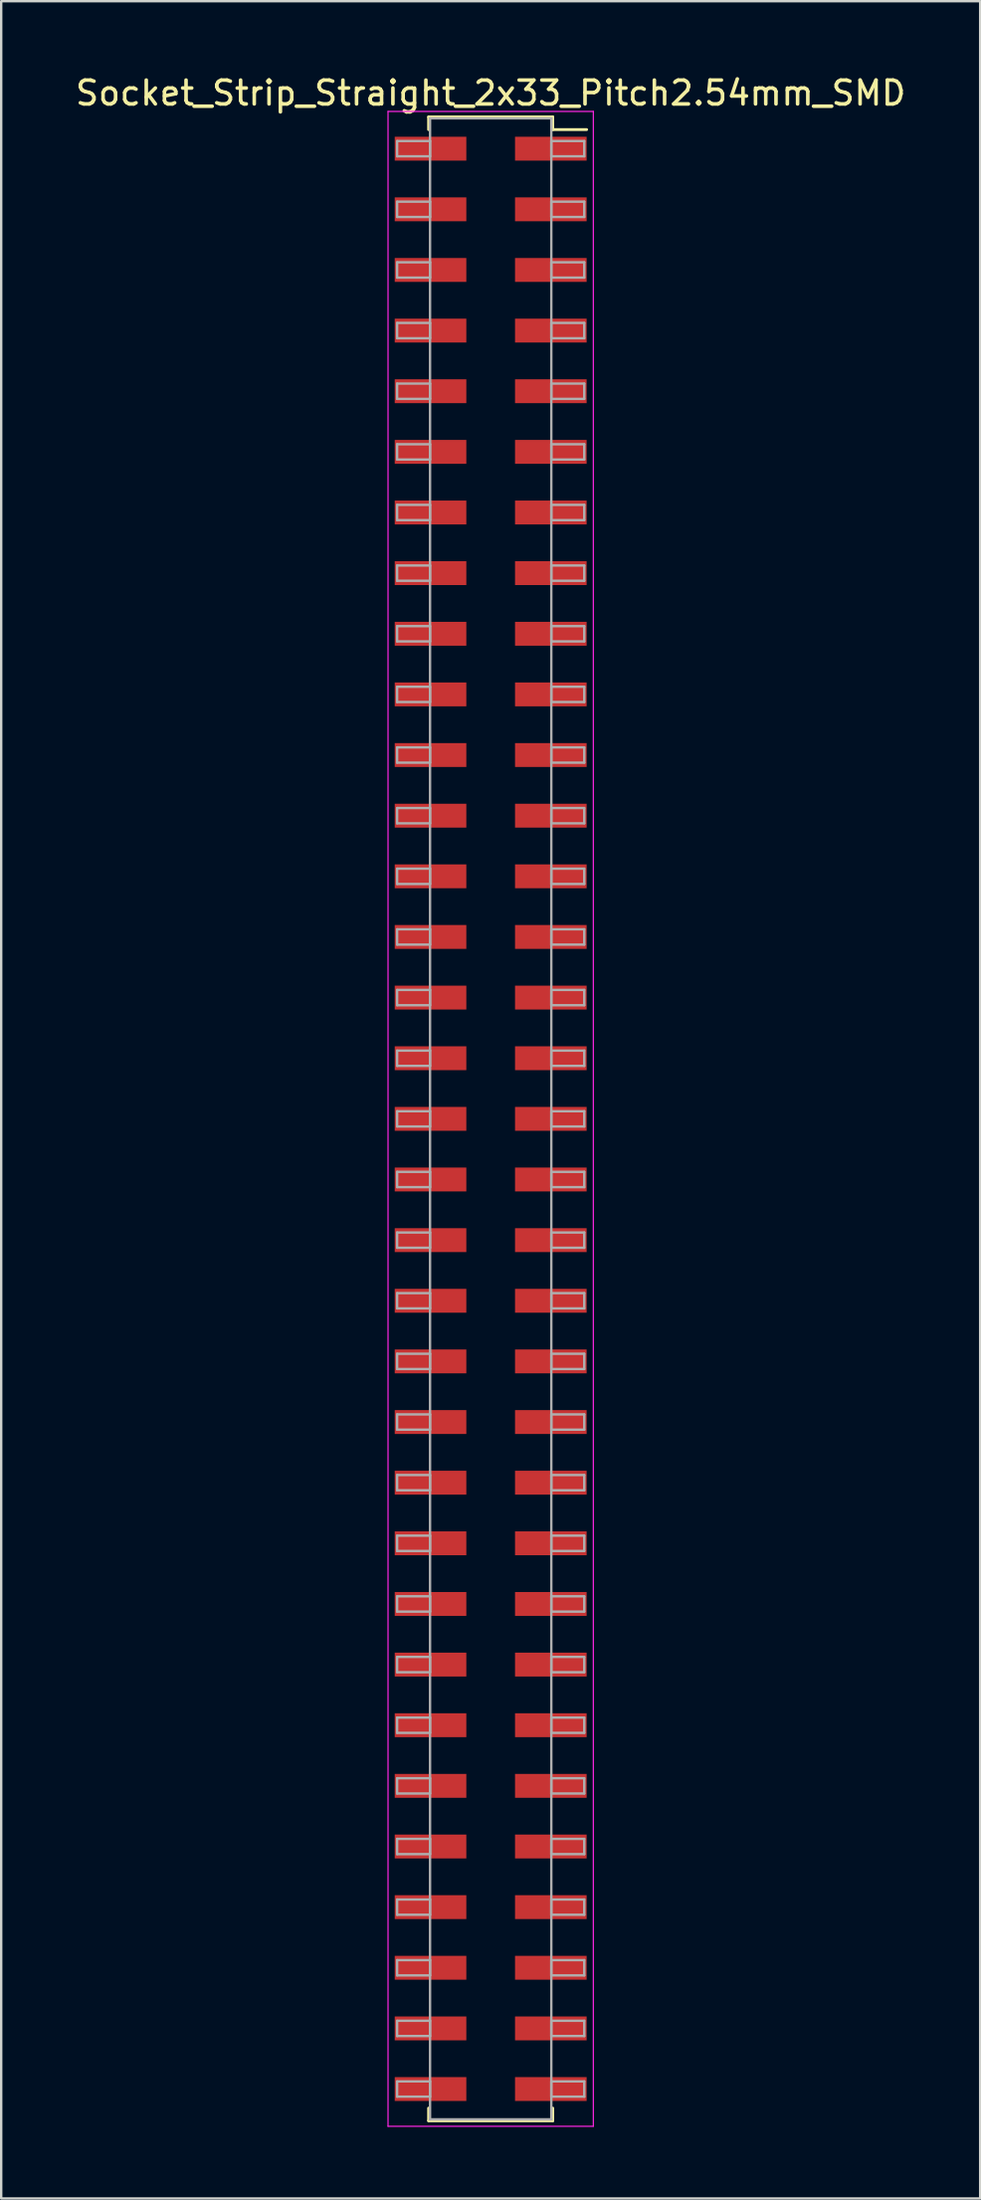
<source format=kicad_pcb>
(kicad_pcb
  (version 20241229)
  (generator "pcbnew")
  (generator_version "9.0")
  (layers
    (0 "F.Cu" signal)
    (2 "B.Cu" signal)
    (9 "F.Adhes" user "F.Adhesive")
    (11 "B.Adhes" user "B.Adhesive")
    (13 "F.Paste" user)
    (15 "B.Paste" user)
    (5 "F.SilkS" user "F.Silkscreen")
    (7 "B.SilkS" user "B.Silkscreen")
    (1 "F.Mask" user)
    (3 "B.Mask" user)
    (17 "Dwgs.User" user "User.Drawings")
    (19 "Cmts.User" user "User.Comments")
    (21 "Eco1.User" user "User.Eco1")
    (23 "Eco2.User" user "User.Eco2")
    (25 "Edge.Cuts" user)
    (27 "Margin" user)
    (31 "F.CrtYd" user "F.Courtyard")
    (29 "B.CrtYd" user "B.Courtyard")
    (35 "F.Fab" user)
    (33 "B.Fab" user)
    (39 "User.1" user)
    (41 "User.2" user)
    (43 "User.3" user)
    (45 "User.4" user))
  (footprint "Socket_Strip_Straight_2x33_Pitch2.54mm_SMD"
    (layer "F.Cu")
    (at 17.506 43.818)
    (property "Reference" "Socket_Strip_Straight_2x33_Pitch2.54mm_SMD" (at 0 -42.97 0) (layer "F.SilkS") (effects (font (size 1 1) (thickness 0.15))))
    (attr smd)
    (fp_line (start -2.6 -41.97) (end 2.6 -41.97) (stroke (width 0.12) (type solid)) (layer "F.SilkS"))
    (fp_line (start -2.6 -41.44) (end -2.6 -41.97) (stroke (width 0.12) (type solid)) (layer "F.SilkS"))
    (fp_line (start -2.6 41.44) (end -2.6 41.97) (stroke (width 0.12) (type solid)) (layer "F.SilkS"))
    (fp_line (start -2.6 41.97) (end 2.6 41.97) (stroke (width 0.12) (type solid)) (layer "F.SilkS"))
    (fp_line (start 2.6 -41.97) (end 2.6 -41.44) (stroke (width 0.12) (type solid)) (layer "F.SilkS"))
    (fp_line (start 2.6 41.97) (end 2.6 41.44) (stroke (width 0.12) (type solid)) (layer "F.SilkS"))
    (fp_line (start 4.02 -41.44) (end 2.6 -41.44) (stroke (width 0.12) (type solid)) (layer "F.SilkS"))
    (fp_line (start -4.3 -42.2) (end -4.3 42.2) (stroke (width 0.05) (type solid)) (layer "F.CrtYd"))
    (fp_line (start -4.3 42.2) (end 4.3 42.2) (stroke (width 0.05) (type solid)) (layer "F.CrtYd"))
    (fp_line (start 4.3 -42.2) (end -4.3 -42.2) (stroke (width 0.05) (type solid)) (layer "F.CrtYd"))
    (fp_line (start 4.3 42.2) (end 4.3 -42.2) (stroke (width 0.05) (type solid)) (layer "F.CrtYd"))
    (fp_line (start -3.92 -40.96) (end -2.54 -40.96) (stroke (width 0.1) (type solid)) (layer "F.Fab"))
    (fp_line (start -3.92 -40.32) (end -3.92 -40.96) (stroke (width 0.1) (type solid)) (layer "F.Fab"))
    (fp_line (start -3.92 -38.42) (end -2.54 -38.42) (stroke (width 0.1) (type solid)) (layer "F.Fab"))
    (fp_line (start -3.92 -37.78) (end -3.92 -38.42) (stroke (width 0.1) (type solid)) (layer "F.Fab"))
    (fp_line (start -3.92 -35.88) (end -2.54 -35.88) (stroke (width 0.1) (type solid)) (layer "F.Fab"))
    (fp_line (start -3.92 -35.24) (end -3.92 -35.88) (stroke (width 0.1) (type solid)) (layer "F.Fab"))
    (fp_line (start -3.92 -33.34) (end -2.54 -33.34) (stroke (width 0.1) (type solid)) (layer "F.Fab"))
    (fp_line (start -3.92 -32.7) (end -3.92 -33.34) (stroke (width 0.1) (type solid)) (layer "F.Fab"))
    (fp_line (start -3.92 -30.8) (end -2.54 -30.8) (stroke (width 0.1) (type solid)) (layer "F.Fab"))
    (fp_line (start -3.92 -30.16) (end -3.92 -30.8) (stroke (width 0.1) (type solid)) (layer "F.Fab"))
    (fp_line (start -3.92 -28.26) (end -2.54 -28.26) (stroke (width 0.1) (type solid)) (layer "F.Fab"))
    (fp_line (start -3.92 -27.62) (end -3.92 -28.26) (stroke (width 0.1) (type solid)) (layer "F.Fab"))
    (fp_line (start -3.92 -25.72) (end -2.54 -25.72) (stroke (width 0.1) (type solid)) (layer "F.Fab"))
    (fp_line (start -3.92 -25.08) (end -3.92 -25.72) (stroke (width 0.1) (type solid)) (layer "F.Fab"))
    (fp_line (start -3.92 -23.18) (end -2.54 -23.18) (stroke (width 0.1) (type solid)) (layer "F.Fab"))
    (fp_line (start -3.92 -22.54) (end -3.92 -23.18) (stroke (width 0.1) (type solid)) (layer "F.Fab"))
    (fp_line (start -3.92 -20.64) (end -2.54 -20.64) (stroke (width 0.1) (type solid)) (layer "F.Fab"))
    (fp_line (start -3.92 -20) (end -3.92 -20.64) (stroke (width 0.1) (type solid)) (layer "F.Fab"))
    (fp_line (start -3.92 -18.1) (end -2.54 -18.1) (stroke (width 0.1) (type solid)) (layer "F.Fab"))
    (fp_line (start -3.92 -17.46) (end -3.92 -18.1) (stroke (width 0.1) (type solid)) (layer "F.Fab"))
    (fp_line (start -3.92 -15.56) (end -2.54 -15.56) (stroke (width 0.1) (type solid)) (layer "F.Fab"))
    (fp_line (start -3.92 -14.92) (end -3.92 -15.56) (stroke (width 0.1) (type solid)) (layer "F.Fab"))
    (fp_line (start -3.92 -13.02) (end -2.54 -13.02) (stroke (width 0.1) (type solid)) (layer "F.Fab"))
    (fp_line (start -3.92 -12.38) (end -3.92 -13.02) (stroke (width 0.1) (type solid)) (layer "F.Fab"))
    (fp_line (start -3.92 -10.48) (end -2.54 -10.48) (stroke (width 0.1) (type solid)) (layer "F.Fab"))
    (fp_line (start -3.92 -9.84) (end -3.92 -10.48) (stroke (width 0.1) (type solid)) (layer "F.Fab"))
    (fp_line (start -3.92 -7.94) (end -2.54 -7.94) (stroke (width 0.1) (type solid)) (layer "F.Fab"))
    (fp_line (start -3.92 -7.3) (end -3.92 -7.94) (stroke (width 0.1) (type solid)) (layer "F.Fab"))
    (fp_line (start -3.92 -5.4) (end -2.54 -5.4) (stroke (width 0.1) (type solid)) (layer "F.Fab"))
    (fp_line (start -3.92 -4.76) (end -3.92 -5.4) (stroke (width 0.1) (type solid)) (layer "F.Fab"))
    (fp_line (start -3.92 -2.86) (end -2.54 -2.86) (stroke (width 0.1) (type solid)) (layer "F.Fab"))
    (fp_line (start -3.92 -2.22) (end -3.92 -2.86) (stroke (width 0.1) (type solid)) (layer "F.Fab"))
    (fp_line (start -3.92 -0.32) (end -2.54 -0.32) (stroke (width 0.1) (type solid)) (layer "F.Fab"))
    (fp_line (start -3.92 0.32) (end -3.92 -0.32) (stroke (width 0.1) (type solid)) (layer "F.Fab"))
    (fp_line (start -3.92 2.22) (end -2.54 2.22) (stroke (width 0.1) (type solid)) (layer "F.Fab"))
    (fp_line (start -3.92 2.86) (end -3.92 2.22) (stroke (width 0.1) (type solid)) (layer "F.Fab"))
    (fp_line (start -3.92 4.76) (end -2.54 4.76) (stroke (width 0.1) (type solid)) (layer "F.Fab"))
    (fp_line (start -3.92 5.4) (end -3.92 4.76) (stroke (width 0.1) (type solid)) (layer "F.Fab"))
    (fp_line (start -3.92 7.3) (end -2.54 7.3) (stroke (width 0.1) (type solid)) (layer "F.Fab"))
    (fp_line (start -3.92 7.94) (end -3.92 7.3) (stroke (width 0.1) (type solid)) (layer "F.Fab"))
    (fp_line (start -3.92 9.84) (end -2.54 9.84) (stroke (width 0.1) (type solid)) (layer "F.Fab"))
    (fp_line (start -3.92 10.48) (end -3.92 9.84) (stroke (width 0.1) (type solid)) (layer "F.Fab"))
    (fp_line (start -3.92 12.38) (end -2.54 12.38) (stroke (width 0.1) (type solid)) (layer "F.Fab"))
    (fp_line (start -3.92 13.02) (end -3.92 12.38) (stroke (width 0.1) (type solid)) (layer "F.Fab"))
    (fp_line (start -3.92 14.92) (end -2.54 14.92) (stroke (width 0.1) (type solid)) (layer "F.Fab"))
    (fp_line (start -3.92 15.56) (end -3.92 14.92) (stroke (width 0.1) (type solid)) (layer "F.Fab"))
    (fp_line (start -3.92 17.46) (end -2.54 17.46) (stroke (width 0.1) (type solid)) (layer "F.Fab"))
    (fp_line (start -3.92 18.1) (end -3.92 17.46) (stroke (width 0.1) (type solid)) (layer "F.Fab"))
    (fp_line (start -3.92 20) (end -2.54 20) (stroke (width 0.1) (type solid)) (layer "F.Fab"))
    (fp_line (start -3.92 20.64) (end -3.92 20) (stroke (width 0.1) (type solid)) (layer "F.Fab"))
    (fp_line (start -3.92 22.54) (end -2.54 22.54) (stroke (width 0.1) (type solid)) (layer "F.Fab"))
    (fp_line (start -3.92 23.18) (end -3.92 22.54) (stroke (width 0.1) (type solid)) (layer "F.Fab"))
    (fp_line (start -3.92 25.08) (end -2.54 25.08) (stroke (width 0.1) (type solid)) (layer "F.Fab"))
    (fp_line (start -3.92 25.72) (end -3.92 25.08) (stroke (width 0.1) (type solid)) (layer "F.Fab"))
    (fp_line (start -3.92 27.62) (end -2.54 27.62) (stroke (width 0.1) (type solid)) (layer "F.Fab"))
    (fp_line (start -3.92 28.26) (end -3.92 27.62) (stroke (width 0.1) (type solid)) (layer "F.Fab"))
    (fp_line (start -3.92 30.16) (end -2.54 30.16) (stroke (width 0.1) (type solid)) (layer "F.Fab"))
    (fp_line (start -3.92 30.8) (end -3.92 30.16) (stroke (width 0.1) (type solid)) (layer "F.Fab"))
    (fp_line (start -3.92 32.7) (end -2.54 32.7) (stroke (width 0.1) (type solid)) (layer "F.Fab"))
    (fp_line (start -3.92 33.34) (end -3.92 32.7) (stroke (width 0.1) (type solid)) (layer "F.Fab"))
    (fp_line (start -3.92 35.24) (end -2.54 35.24) (stroke (width 0.1) (type solid)) (layer "F.Fab"))
    (fp_line (start -3.92 35.88) (end -3.92 35.24) (stroke (width 0.1) (type solid)) (layer "F.Fab"))
    (fp_line (start -3.92 37.78) (end -2.54 37.78) (stroke (width 0.1) (type solid)) (layer "F.Fab"))
    (fp_line (start -3.92 38.42) (end -3.92 37.78) (stroke (width 0.1) (type solid)) (layer "F.Fab"))
    (fp_line (start -3.92 40.32) (end -2.54 40.32) (stroke (width 0.1) (type solid)) (layer "F.Fab"))
    (fp_line (start -3.92 40.96) (end -3.92 40.32) (stroke (width 0.1) (type solid)) (layer "F.Fab"))
    (fp_line (start -2.54 -41.91) (end -2.54 41.91) (stroke (width 0.1) (type solid)) (layer "F.Fab"))
    (fp_line (start -2.54 -40.96) (end -2.54 -40.32) (stroke (width 0.1) (type solid)) (layer "F.Fab"))
    (fp_line (start -2.54 -40.32) (end -3.92 -40.32) (stroke (width 0.1) (type solid)) (layer "F.Fab"))
    (fp_line (start -2.54 -38.42) (end -2.54 -37.78) (stroke (width 0.1) (type solid)) (layer "F.Fab"))
    (fp_line (start -2.54 -37.78) (end -3.92 -37.78) (stroke (width 0.1) (type solid)) (layer "F.Fab"))
    (fp_line (start -2.54 -35.88) (end -2.54 -35.24) (stroke (width 0.1) (type solid)) (layer "F.Fab"))
    (fp_line (start -2.54 -35.24) (end -3.92 -35.24) (stroke (width 0.1) (type solid)) (layer "F.Fab"))
    (fp_line (start -2.54 -33.34) (end -2.54 -32.7) (stroke (width 0.1) (type solid)) (layer "F.Fab"))
    (fp_line (start -2.54 -32.7) (end -3.92 -32.7) (stroke (width 0.1) (type solid)) (layer "F.Fab"))
    (fp_line (start -2.54 -30.8) (end -2.54 -30.16) (stroke (width 0.1) (type solid)) (layer "F.Fab"))
    (fp_line (start -2.54 -30.16) (end -3.92 -30.16) (stroke (width 0.1) (type solid)) (layer "F.Fab"))
    (fp_line (start -2.54 -28.26) (end -2.54 -27.62) (stroke (width 0.1) (type solid)) (layer "F.Fab"))
    (fp_line (start -2.54 -27.62) (end -3.92 -27.62) (stroke (width 0.1) (type solid)) (layer "F.Fab"))
    (fp_line (start -2.54 -25.72) (end -2.54 -25.08) (stroke (width 0.1) (type solid)) (layer "F.Fab"))
    (fp_line (start -2.54 -25.08) (end -3.92 -25.08) (stroke (width 0.1) (type solid)) (layer "F.Fab"))
    (fp_line (start -2.54 -23.18) (end -2.54 -22.54) (stroke (width 0.1) (type solid)) (layer "F.Fab"))
    (fp_line (start -2.54 -22.54) (end -3.92 -22.54) (stroke (width 0.1) (type solid)) (layer "F.Fab"))
    (fp_line (start -2.54 -20.64) (end -2.54 -20) (stroke (width 0.1) (type solid)) (layer "F.Fab"))
    (fp_line (start -2.54 -20) (end -3.92 -20) (stroke (width 0.1) (type solid)) (layer "F.Fab"))
    (fp_line (start -2.54 -18.1) (end -2.54 -17.46) (stroke (width 0.1) (type solid)) (layer "F.Fab"))
    (fp_line (start -2.54 -17.46) (end -3.92 -17.46) (stroke (width 0.1) (type solid)) (layer "F.Fab"))
    (fp_line (start -2.54 -15.56) (end -2.54 -14.92) (stroke (width 0.1) (type solid)) (layer "F.Fab"))
    (fp_line (start -2.54 -14.92) (end -3.92 -14.92) (stroke (width 0.1) (type solid)) (layer "F.Fab"))
    (fp_line (start -2.54 -13.02) (end -2.54 -12.38) (stroke (width 0.1) (type solid)) (layer "F.Fab"))
    (fp_line (start -2.54 -12.38) (end -3.92 -12.38) (stroke (width 0.1) (type solid)) (layer "F.Fab"))
    (fp_line (start -2.54 -10.48) (end -2.54 -9.84) (stroke (width 0.1) (type solid)) (layer "F.Fab"))
    (fp_line (start -2.54 -9.84) (end -3.92 -9.84) (stroke (width 0.1) (type solid)) (layer "F.Fab"))
    (fp_line (start -2.54 -7.94) (end -2.54 -7.3) (stroke (width 0.1) (type solid)) (layer "F.Fab"))
    (fp_line (start -2.54 -7.3) (end -3.92 -7.3) (stroke (width 0.1) (type solid)) (layer "F.Fab"))
    (fp_line (start -2.54 -5.4) (end -2.54 -4.76) (stroke (width 0.1) (type solid)) (layer "F.Fab"))
    (fp_line (start -2.54 -4.76) (end -3.92 -4.76) (stroke (width 0.1) (type solid)) (layer "F.Fab"))
    (fp_line (start -2.54 -2.86) (end -2.54 -2.22) (stroke (width 0.1) (type solid)) (layer "F.Fab"))
    (fp_line (start -2.54 -2.22) (end -3.92 -2.22) (stroke (width 0.1) (type solid)) (layer "F.Fab"))
    (fp_line (start -2.54 -0.32) (end -2.54 0.32) (stroke (width 0.1) (type solid)) (layer "F.Fab"))
    (fp_line (start -2.54 0.32) (end -3.92 0.32) (stroke (width 0.1) (type solid)) (layer "F.Fab"))
    (fp_line (start -2.54 2.22) (end -2.54 2.86) (stroke (width 0.1) (type solid)) (layer "F.Fab"))
    (fp_line (start -2.54 2.86) (end -3.92 2.86) (stroke (width 0.1) (type solid)) (layer "F.Fab"))
    (fp_line (start -2.54 4.76) (end -2.54 5.4) (stroke (width 0.1) (type solid)) (layer "F.Fab"))
    (fp_line (start -2.54 5.4) (end -3.92 5.4) (stroke (width 0.1) (type solid)) (layer "F.Fab"))
    (fp_line (start -2.54 7.3) (end -2.54 7.94) (stroke (width 0.1) (type solid)) (layer "F.Fab"))
    (fp_line (start -2.54 7.94) (end -3.92 7.94) (stroke (width 0.1) (type solid)) (layer "F.Fab"))
    (fp_line (start -2.54 9.84) (end -2.54 10.48) (stroke (width 0.1) (type solid)) (layer "F.Fab"))
    (fp_line (start -2.54 10.48) (end -3.92 10.48) (stroke (width 0.1) (type solid)) (layer "F.Fab"))
    (fp_line (start -2.54 12.38) (end -2.54 13.02) (stroke (width 0.1) (type solid)) (layer "F.Fab"))
    (fp_line (start -2.54 13.02) (end -3.92 13.02) (stroke (width 0.1) (type solid)) (layer "F.Fab"))
    (fp_line (start -2.54 14.92) (end -2.54 15.56) (stroke (width 0.1) (type solid)) (layer "F.Fab"))
    (fp_line (start -2.54 15.56) (end -3.92 15.56) (stroke (width 0.1) (type solid)) (layer "F.Fab"))
    (fp_line (start -2.54 17.46) (end -2.54 18.1) (stroke (width 0.1) (type solid)) (layer "F.Fab"))
    (fp_line (start -2.54 18.1) (end -3.92 18.1) (stroke (width 0.1) (type solid)) (layer "F.Fab"))
    (fp_line (start -2.54 20) (end -2.54 20.64) (stroke (width 0.1) (type solid)) (layer "F.Fab"))
    (fp_line (start -2.54 20.64) (end -3.92 20.64) (stroke (width 0.1) (type solid)) (layer "F.Fab"))
    (fp_line (start -2.54 22.54) (end -2.54 23.18) (stroke (width 0.1) (type solid)) (layer "F.Fab"))
    (fp_line (start -2.54 23.18) (end -3.92 23.18) (stroke (width 0.1) (type solid)) (layer "F.Fab"))
    (fp_line (start -2.54 25.08) (end -2.54 25.72) (stroke (width 0.1) (type solid)) (layer "F.Fab"))
    (fp_line (start -2.54 25.72) (end -3.92 25.72) (stroke (width 0.1) (type solid)) (layer "F.Fab"))
    (fp_line (start -2.54 27.62) (end -2.54 28.26) (stroke (width 0.1) (type solid)) (layer "F.Fab"))
    (fp_line (start -2.54 28.26) (end -3.92 28.26) (stroke (width 0.1) (type solid)) (layer "F.Fab"))
    (fp_line (start -2.54 30.16) (end -2.54 30.8) (stroke (width 0.1) (type solid)) (layer "F.Fab"))
    (fp_line (start -2.54 30.8) (end -3.92 30.8) (stroke (width 0.1) (type solid)) (layer "F.Fab"))
    (fp_line (start -2.54 32.7) (end -2.54 33.34) (stroke (width 0.1) (type solid)) (layer "F.Fab"))
    (fp_line (start -2.54 33.34) (end -3.92 33.34) (stroke (width 0.1) (type solid)) (layer "F.Fab"))
    (fp_line (start -2.54 35.24) (end -2.54 35.88) (stroke (width 0.1) (type solid)) (layer "F.Fab"))
    (fp_line (start -2.54 35.88) (end -3.92 35.88) (stroke (width 0.1) (type solid)) (layer "F.Fab"))
    (fp_line (start -2.54 37.78) (end -2.54 38.42) (stroke (width 0.1) (type solid)) (layer "F.Fab"))
    (fp_line (start -2.54 38.42) (end -3.92 38.42) (stroke (width 0.1) (type solid)) (layer "F.Fab"))
    (fp_line (start -2.54 40.32) (end -2.54 40.96) (stroke (width 0.1) (type solid)) (layer "F.Fab"))
    (fp_line (start -2.54 40.96) (end -3.92 40.96) (stroke (width 0.1) (type solid)) (layer "F.Fab"))
    (fp_line (start -2.54 41.91) (end 2.54 41.91) (stroke (width 0.1) (type solid)) (layer "F.Fab"))
    (fp_line (start 2.54 -41.91) (end -2.54 -41.91) (stroke (width 0.1) (type solid)) (layer "F.Fab"))
    (fp_line (start 2.54 -40.96) (end 2.54 -40.32) (stroke (width 0.1) (type solid)) (layer "F.Fab"))
    (fp_line (start 2.54 -40.32) (end 3.92 -40.32) (stroke (width 0.1) (type solid)) (layer "F.Fab"))
    (fp_line (start 2.54 -38.42) (end 2.54 -37.78) (stroke (width 0.1) (type solid)) (layer "F.Fab"))
    (fp_line (start 2.54 -37.78) (end 3.92 -37.78) (stroke (width 0.1) (type solid)) (layer "F.Fab"))
    (fp_line (start 2.54 -35.88) (end 2.54 -35.24) (stroke (width 0.1) (type solid)) (layer "F.Fab"))
    (fp_line (start 2.54 -35.24) (end 3.92 -35.24) (stroke (width 0.1) (type solid)) (layer "F.Fab"))
    (fp_line (start 2.54 -33.34) (end 2.54 -32.7) (stroke (width 0.1) (type solid)) (layer "F.Fab"))
    (fp_line (start 2.54 -32.7) (end 3.92 -32.7) (stroke (width 0.1) (type solid)) (layer "F.Fab"))
    (fp_line (start 2.54 -30.8) (end 2.54 -30.16) (stroke (width 0.1) (type solid)) (layer "F.Fab"))
    (fp_line (start 2.54 -30.16) (end 3.92 -30.16) (stroke (width 0.1) (type solid)) (layer "F.Fab"))
    (fp_line (start 2.54 -28.26) (end 2.54 -27.62) (stroke (width 0.1) (type solid)) (layer "F.Fab"))
    (fp_line (start 2.54 -27.62) (end 3.92 -27.62) (stroke (width 0.1) (type solid)) (layer "F.Fab"))
    (fp_line (start 2.54 -25.72) (end 2.54 -25.08) (stroke (width 0.1) (type solid)) (layer "F.Fab"))
    (fp_line (start 2.54 -25.08) (end 3.92 -25.08) (stroke (width 0.1) (type solid)) (layer "F.Fab"))
    (fp_line (start 2.54 -23.18) (end 2.54 -22.54) (stroke (width 0.1) (type solid)) (layer "F.Fab"))
    (fp_line (start 2.54 -22.54) (end 3.92 -22.54) (stroke (width 0.1) (type solid)) (layer "F.Fab"))
    (fp_line (start 2.54 -20.64) (end 2.54 -20) (stroke (width 0.1) (type solid)) (layer "F.Fab"))
    (fp_line (start 2.54 -20) (end 3.92 -20) (stroke (width 0.1) (type solid)) (layer "F.Fab"))
    (fp_line (start 2.54 -18.1) (end 2.54 -17.46) (stroke (width 0.1) (type solid)) (layer "F.Fab"))
    (fp_line (start 2.54 -17.46) (end 3.92 -17.46) (stroke (width 0.1) (type solid)) (layer "F.Fab"))
    (fp_line (start 2.54 -15.56) (end 2.54 -14.92) (stroke (width 0.1) (type solid)) (layer "F.Fab"))
    (fp_line (start 2.54 -14.92) (end 3.92 -14.92) (stroke (width 0.1) (type solid)) (layer "F.Fab"))
    (fp_line (start 2.54 -13.02) (end 2.54 -12.38) (stroke (width 0.1) (type solid)) (layer "F.Fab"))
    (fp_line (start 2.54 -12.38) (end 3.92 -12.38) (stroke (width 0.1) (type solid)) (layer "F.Fab"))
    (fp_line (start 2.54 -10.48) (end 2.54 -9.84) (stroke (width 0.1) (type solid)) (layer "F.Fab"))
    (fp_line (start 2.54 -9.84) (end 3.92 -9.84) (stroke (width 0.1) (type solid)) (layer "F.Fab"))
    (fp_line (start 2.54 -7.94) (end 2.54 -7.3) (stroke (width 0.1) (type solid)) (layer "F.Fab"))
    (fp_line (start 2.54 -7.3) (end 3.92 -7.3) (stroke (width 0.1) (type solid)) (layer "F.Fab"))
    (fp_line (start 2.54 -5.4) (end 2.54 -4.76) (stroke (width 0.1) (type solid)) (layer "F.Fab"))
    (fp_line (start 2.54 -4.76) (end 3.92 -4.76) (stroke (width 0.1) (type solid)) (layer "F.Fab"))
    (fp_line (start 2.54 -2.86) (end 2.54 -2.22) (stroke (width 0.1) (type solid)) (layer "F.Fab"))
    (fp_line (start 2.54 -2.22) (end 3.92 -2.22) (stroke (width 0.1) (type solid)) (layer "F.Fab"))
    (fp_line (start 2.54 -0.32) (end 2.54 0.32) (stroke (width 0.1) (type solid)) (layer "F.Fab"))
    (fp_line (start 2.54 0.32) (end 3.92 0.32) (stroke (width 0.1) (type solid)) (layer "F.Fab"))
    (fp_line (start 2.54 2.22) (end 2.54 2.86) (stroke (width 0.1) (type solid)) (layer "F.Fab"))
    (fp_line (start 2.54 2.86) (end 3.92 2.86) (stroke (width 0.1) (type solid)) (layer "F.Fab"))
    (fp_line (start 2.54 4.76) (end 2.54 5.4) (stroke (width 0.1) (type solid)) (layer "F.Fab"))
    (fp_line (start 2.54 5.4) (end 3.92 5.4) (stroke (width 0.1) (type solid)) (layer "F.Fab"))
    (fp_line (start 2.54 7.3) (end 2.54 7.94) (stroke (width 0.1) (type solid)) (layer "F.Fab"))
    (fp_line (start 2.54 7.94) (end 3.92 7.94) (stroke (width 0.1) (type solid)) (layer "F.Fab"))
    (fp_line (start 2.54 9.84) (end 2.54 10.48) (stroke (width 0.1) (type solid)) (layer "F.Fab"))
    (fp_line (start 2.54 10.48) (end 3.92 10.48) (stroke (width 0.1) (type solid)) (layer "F.Fab"))
    (fp_line (start 2.54 12.38) (end 2.54 13.02) (stroke (width 0.1) (type solid)) (layer "F.Fab"))
    (fp_line (start 2.54 13.02) (end 3.92 13.02) (stroke (width 0.1) (type solid)) (layer "F.Fab"))
    (fp_line (start 2.54 14.92) (end 2.54 15.56) (stroke (width 0.1) (type solid)) (layer "F.Fab"))
    (fp_line (start 2.54 15.56) (end 3.92 15.56) (stroke (width 0.1) (type solid)) (layer "F.Fab"))
    (fp_line (start 2.54 17.46) (end 2.54 18.1) (stroke (width 0.1) (type solid)) (layer "F.Fab"))
    (fp_line (start 2.54 18.1) (end 3.92 18.1) (stroke (width 0.1) (type solid)) (layer "F.Fab"))
    (fp_line (start 2.54 20) (end 2.54 20.64) (stroke (width 0.1) (type solid)) (layer "F.Fab"))
    (fp_line (start 2.54 20.64) (end 3.92 20.64) (stroke (width 0.1) (type solid)) (layer "F.Fab"))
    (fp_line (start 2.54 22.54) (end 2.54 23.18) (stroke (width 0.1) (type solid)) (layer "F.Fab"))
    (fp_line (start 2.54 23.18) (end 3.92 23.18) (stroke (width 0.1) (type solid)) (layer "F.Fab"))
    (fp_line (start 2.54 25.08) (end 2.54 25.72) (stroke (width 0.1) (type solid)) (layer "F.Fab"))
    (fp_line (start 2.54 25.72) (end 3.92 25.72) (stroke (width 0.1) (type solid)) (layer "F.Fab"))
    (fp_line (start 2.54 27.62) (end 2.54 28.26) (stroke (width 0.1) (type solid)) (layer "F.Fab"))
    (fp_line (start 2.54 28.26) (end 3.92 28.26) (stroke (width 0.1) (type solid)) (layer "F.Fab"))
    (fp_line (start 2.54 30.16) (end 2.54 30.8) (stroke (width 0.1) (type solid)) (layer "F.Fab"))
    (fp_line (start 2.54 30.8) (end 3.92 30.8) (stroke (width 0.1) (type solid)) (layer "F.Fab"))
    (fp_line (start 2.54 32.7) (end 2.54 33.34) (stroke (width 0.1) (type solid)) (layer "F.Fab"))
    (fp_line (start 2.54 33.34) (end 3.92 33.34) (stroke (width 0.1) (type solid)) (layer "F.Fab"))
    (fp_line (start 2.54 35.24) (end 2.54 35.88) (stroke (width 0.1) (type solid)) (layer "F.Fab"))
    (fp_line (start 2.54 35.88) (end 3.92 35.88) (stroke (width 0.1) (type solid)) (layer "F.Fab"))
    (fp_line (start 2.54 37.78) (end 2.54 38.42) (stroke (width 0.1) (type solid)) (layer "F.Fab"))
    (fp_line (start 2.54 38.42) (end 3.92 38.42) (stroke (width 0.1) (type solid)) (layer "F.Fab"))
    (fp_line (start 2.54 40.32) (end 2.54 40.96) (stroke (width 0.1) (type solid)) (layer "F.Fab"))
    (fp_line (start 2.54 40.96) (end 3.92 40.96) (stroke (width 0.1) (type solid)) (layer "F.Fab"))
    (fp_line (start 2.54 41.91) (end 2.54 -41.91) (stroke (width 0.1) (type solid)) (layer "F.Fab"))
    (fp_line (start 3.92 -40.96) (end 2.54 -40.96) (stroke (width 0.1) (type solid)) (layer "F.Fab"))
    (fp_line (start 3.92 -40.32) (end 3.92 -40.96) (stroke (width 0.1) (type solid)) (layer "F.Fab"))
    (fp_line (start 3.92 -38.42) (end 2.54 -38.42) (stroke (width 0.1) (type solid)) (layer "F.Fab"))
    (fp_line (start 3.92 -37.78) (end 3.92 -38.42) (stroke (width 0.1) (type solid)) (layer "F.Fab"))
    (fp_line (start 3.92 -35.88) (end 2.54 -35.88) (stroke (width 0.1) (type solid)) (layer "F.Fab"))
    (fp_line (start 3.92 -35.24) (end 3.92 -35.88) (stroke (width 0.1) (type solid)) (layer "F.Fab"))
    (fp_line (start 3.92 -33.34) (end 2.54 -33.34) (stroke (width 0.1) (type solid)) (layer "F.Fab"))
    (fp_line (start 3.92 -32.7) (end 3.92 -33.34) (stroke (width 0.1) (type solid)) (layer "F.Fab"))
    (fp_line (start 3.92 -30.8) (end 2.54 -30.8) (stroke (width 0.1) (type solid)) (layer "F.Fab"))
    (fp_line (start 3.92 -30.16) (end 3.92 -30.8) (stroke (width 0.1) (type solid)) (layer "F.Fab"))
    (fp_line (start 3.92 -28.26) (end 2.54 -28.26) (stroke (width 0.1) (type solid)) (layer "F.Fab"))
    (fp_line (start 3.92 -27.62) (end 3.92 -28.26) (stroke (width 0.1) (type solid)) (layer "F.Fab"))
    (fp_line (start 3.92 -25.72) (end 2.54 -25.72) (stroke (width 0.1) (type solid)) (layer "F.Fab"))
    (fp_line (start 3.92 -25.08) (end 3.92 -25.72) (stroke (width 0.1) (type solid)) (layer "F.Fab"))
    (fp_line (start 3.92 -23.18) (end 2.54 -23.18) (stroke (width 0.1) (type solid)) (layer "F.Fab"))
    (fp_line (start 3.92 -22.54) (end 3.92 -23.18) (stroke (width 0.1) (type solid)) (layer "F.Fab"))
    (fp_line (start 3.92 -20.64) (end 2.54 -20.64) (stroke (width 0.1) (type solid)) (layer "F.Fab"))
    (fp_line (start 3.92 -20) (end 3.92 -20.64) (stroke (width 0.1) (type solid)) (layer "F.Fab"))
    (fp_line (start 3.92 -18.1) (end 2.54 -18.1) (stroke (width 0.1) (type solid)) (layer "F.Fab"))
    (fp_line (start 3.92 -17.46) (end 3.92 -18.1) (stroke (width 0.1) (type solid)) (layer "F.Fab"))
    (fp_line (start 3.92 -15.56) (end 2.54 -15.56) (stroke (width 0.1) (type solid)) (layer "F.Fab"))
    (fp_line (start 3.92 -14.92) (end 3.92 -15.56) (stroke (width 0.1) (type solid)) (layer "F.Fab"))
    (fp_line (start 3.92 -13.02) (end 2.54 -13.02) (stroke (width 0.1) (type solid)) (layer "F.Fab"))
    (fp_line (start 3.92 -12.38) (end 3.92 -13.02) (stroke (width 0.1) (type solid)) (layer "F.Fab"))
    (fp_line (start 3.92 -10.48) (end 2.54 -10.48) (stroke (width 0.1) (type solid)) (layer "F.Fab"))
    (fp_line (start 3.92 -9.84) (end 3.92 -10.48) (stroke (width 0.1) (type solid)) (layer "F.Fab"))
    (fp_line (start 3.92 -7.94) (end 2.54 -7.94) (stroke (width 0.1) (type solid)) (layer "F.Fab"))
    (fp_line (start 3.92 -7.3) (end 3.92 -7.94) (stroke (width 0.1) (type solid)) (layer "F.Fab"))
    (fp_line (start 3.92 -5.4) (end 2.54 -5.4) (stroke (width 0.1) (type solid)) (layer "F.Fab"))
    (fp_line (start 3.92 -4.76) (end 3.92 -5.4) (stroke (width 0.1) (type solid)) (layer "F.Fab"))
    (fp_line (start 3.92 -2.86) (end 2.54 -2.86) (stroke (width 0.1) (type solid)) (layer "F.Fab"))
    (fp_line (start 3.92 -2.22) (end 3.92 -2.86) (stroke (width 0.1) (type solid)) (layer "F.Fab"))
    (fp_line (start 3.92 -0.32) (end 2.54 -0.32) (stroke (width 0.1) (type solid)) (layer "F.Fab"))
    (fp_line (start 3.92 0.32) (end 3.92 -0.32) (stroke (width 0.1) (type solid)) (layer "F.Fab"))
    (fp_line (start 3.92 2.22) (end 2.54 2.22) (stroke (width 0.1) (type solid)) (layer "F.Fab"))
    (fp_line (start 3.92 2.86) (end 3.92 2.22) (stroke (width 0.1) (type solid)) (layer "F.Fab"))
    (fp_line (start 3.92 4.76) (end 2.54 4.76) (stroke (width 0.1) (type solid)) (layer "F.Fab"))
    (fp_line (start 3.92 5.4) (end 3.92 4.76) (stroke (width 0.1) (type solid)) (layer "F.Fab"))
    (fp_line (start 3.92 7.3) (end 2.54 7.3) (stroke (width 0.1) (type solid)) (layer "F.Fab"))
    (fp_line (start 3.92 7.94) (end 3.92 7.3) (stroke (width 0.1) (type solid)) (layer "F.Fab"))
    (fp_line (start 3.92 9.84) (end 2.54 9.84) (stroke (width 0.1) (type solid)) (layer "F.Fab"))
    (fp_line (start 3.92 10.48) (end 3.92 9.84) (stroke (width 0.1) (type solid)) (layer "F.Fab"))
    (fp_line (start 3.92 12.38) (end 2.54 12.38) (stroke (width 0.1) (type solid)) (layer "F.Fab"))
    (fp_line (start 3.92 13.02) (end 3.92 12.38) (stroke (width 0.1) (type solid)) (layer "F.Fab"))
    (fp_line (start 3.92 14.92) (end 2.54 14.92) (stroke (width 0.1) (type solid)) (layer "F.Fab"))
    (fp_line (start 3.92 15.56) (end 3.92 14.92) (stroke (width 0.1) (type solid)) (layer "F.Fab"))
    (fp_line (start 3.92 17.46) (end 2.54 17.46) (stroke (width 0.1) (type solid)) (layer "F.Fab"))
    (fp_line (start 3.92 18.1) (end 3.92 17.46) (stroke (width 0.1) (type solid)) (layer "F.Fab"))
    (fp_line (start 3.92 20) (end 2.54 20) (stroke (width 0.1) (type solid)) (layer "F.Fab"))
    (fp_line (start 3.92 20.64) (end 3.92 20) (stroke (width 0.1) (type solid)) (layer "F.Fab"))
    (fp_line (start 3.92 22.54) (end 2.54 22.54) (stroke (width 0.1) (type solid)) (layer "F.Fab"))
    (fp_line (start 3.92 23.18) (end 3.92 22.54) (stroke (width 0.1) (type solid)) (layer "F.Fab"))
    (fp_line (start 3.92 25.08) (end 2.54 25.08) (stroke (width 0.1) (type solid)) (layer "F.Fab"))
    (fp_line (start 3.92 25.72) (end 3.92 25.08) (stroke (width 0.1) (type solid)) (layer "F.Fab"))
    (fp_line (start 3.92 27.62) (end 2.54 27.62) (stroke (width 0.1) (type solid)) (layer "F.Fab"))
    (fp_line (start 3.92 28.26) (end 3.92 27.62) (stroke (width 0.1) (type solid)) (layer "F.Fab"))
    (fp_line (start 3.92 30.16) (end 2.54 30.16) (stroke (width 0.1) (type solid)) (layer "F.Fab"))
    (fp_line (start 3.92 30.8) (end 3.92 30.16) (stroke (width 0.1) (type solid)) (layer "F.Fab"))
    (fp_line (start 3.92 32.7) (end 2.54 32.7) (stroke (width 0.1) (type solid)) (layer "F.Fab"))
    (fp_line (start 3.92 33.34) (end 3.92 32.7) (stroke (width 0.1) (type solid)) (layer "F.Fab"))
    (fp_line (start 3.92 35.24) (end 2.54 35.24) (stroke (width 0.1) (type solid)) (layer "F.Fab"))
    (fp_line (start 3.92 35.88) (end 3.92 35.24) (stroke (width 0.1) (type solid)) (layer "F.Fab"))
    (fp_line (start 3.92 37.78) (end 2.54 37.78) (stroke (width 0.1) (type solid)) (layer "F.Fab"))
    (fp_line (start 3.92 38.42) (end 3.92 37.78) (stroke (width 0.1) (type solid)) (layer "F.Fab"))
    (fp_line (start 3.92 40.32) (end 2.54 40.32) (stroke (width 0.1) (type solid)) (layer "F.Fab"))
    (fp_line (start 3.92 40.96) (end 3.92 40.32) (stroke (width 0.1) (type solid)) (layer "F.Fab"))
    (pad "1" smd rect (at 2.52 -40.64) (size 3 1) (layers "F.Cu" "F.Mask"))
    (pad "2" smd rect (at -2.52 -40.64) (size 3 1) (layers "F.Cu" "F.Mask"))
    (pad "3" smd rect (at 2.52 -38.1) (size 3 1) (layers "F.Cu" "F.Mask"))
    (pad "4" smd rect (at -2.52 -38.1) (size 3 1) (layers "F.Cu" "F.Mask"))
    (pad "5" smd rect (at 2.52 -35.56) (size 3 1) (layers "F.Cu" "F.Mask"))
    (pad "6" smd rect (at -2.52 -35.56) (size 3 1) (layers "F.Cu" "F.Mask"))
    (pad "7" smd rect (at 2.52 -33.02) (size 3 1) (layers "F.Cu" "F.Mask"))
    (pad "8" smd rect (at -2.52 -33.02) (size 3 1) (layers "F.Cu" "F.Mask"))
    (pad "9" smd rect (at 2.52 -30.48) (size 3 1) (layers "F.Cu" "F.Mask"))
    (pad "10" smd rect (at -2.52 -30.48) (size 3 1) (layers "F.Cu" "F.Mask"))
    (pad "11" smd rect (at 2.52 -27.94) (size 3 1) (layers "F.Cu" "F.Mask"))
    (pad "12" smd rect (at -2.52 -27.94) (size 3 1) (layers "F.Cu" "F.Mask"))
    (pad "13" smd rect (at 2.52 -25.4) (size 3 1) (layers "F.Cu" "F.Mask"))
    (pad "14" smd rect (at -2.52 -25.4) (size 3 1) (layers "F.Cu" "F.Mask"))
    (pad "15" smd rect (at 2.52 -22.86) (size 3 1) (layers "F.Cu" "F.Mask"))
    (pad "16" smd rect (at -2.52 -22.86) (size 3 1) (layers "F.Cu" "F.Mask"))
    (pad "17" smd rect (at 2.52 -20.32) (size 3 1) (layers "F.Cu" "F.Mask"))
    (pad "18" smd rect (at -2.52 -20.32) (size 3 1) (layers "F.Cu" "F.Mask"))
    (pad "19" smd rect (at 2.52 -17.78) (size 3 1) (layers "F.Cu" "F.Mask"))
    (pad "20" smd rect (at -2.52 -17.78) (size 3 1) (layers "F.Cu" "F.Mask"))
    (pad "21" smd rect (at 2.52 -15.24) (size 3 1) (layers "F.Cu" "F.Mask"))
    (pad "22" smd rect (at -2.52 -15.24) (size 3 1) (layers "F.Cu" "F.Mask"))
    (pad "23" smd rect (at 2.52 -12.7) (size 3 1) (layers "F.Cu" "F.Mask"))
    (pad "24" smd rect (at -2.52 -12.7) (size 3 1) (layers "F.Cu" "F.Mask"))
    (pad "25" smd rect (at 2.52 -10.16) (size 3 1) (layers "F.Cu" "F.Mask"))
    (pad "26" smd rect (at -2.52 -10.16) (size 3 1) (layers "F.Cu" "F.Mask"))
    (pad "27" smd rect (at 2.52 -7.62) (size 3 1) (layers "F.Cu" "F.Mask"))
    (pad "28" smd rect (at -2.52 -7.62) (size 3 1) (layers "F.Cu" "F.Mask"))
    (pad "29" smd rect (at 2.52 -5.08) (size 3 1) (layers "F.Cu" "F.Mask"))
    (pad "30" smd rect (at -2.52 -5.08) (size 3 1) (layers "F.Cu" "F.Mask"))
    (pad "31" smd rect (at 2.52 -2.54) (size 3 1) (layers "F.Cu" "F.Mask"))
    (pad "32" smd rect (at -2.52 -2.54) (size 3 1) (layers "F.Cu" "F.Mask"))
    (pad "33" smd rect (at 2.52 0) (size 3 1) (layers "F.Cu" "F.Mask"))
    (pad "34" smd rect (at -2.52 0) (size 3 1) (layers "F.Cu" "F.Mask"))
    (pad "35" smd rect (at 2.52 2.54) (size 3 1) (layers "F.Cu" "F.Mask"))
    (pad "36" smd rect (at -2.52 2.54) (size 3 1) (layers "F.Cu" "F.Mask"))
    (pad "37" smd rect (at 2.52 5.08) (size 3 1) (layers "F.Cu" "F.Mask"))
    (pad "38" smd rect (at -2.52 5.08) (size 3 1) (layers "F.Cu" "F.Mask"))
    (pad "39" smd rect (at 2.52 7.62) (size 3 1) (layers "F.Cu" "F.Mask"))
    (pad "40" smd rect (at -2.52 7.62) (size 3 1) (layers "F.Cu" "F.Mask"))
    (pad "41" smd rect (at 2.52 10.16) (size 3 1) (layers "F.Cu" "F.Mask"))
    (pad "42" smd rect (at -2.52 10.16) (size 3 1) (layers "F.Cu" "F.Mask"))
    (pad "43" smd rect (at 2.52 12.7) (size 3 1) (layers "F.Cu" "F.Mask"))
    (pad "44" smd rect (at -2.52 12.7) (size 3 1) (layers "F.Cu" "F.Mask"))
    (pad "45" smd rect (at 2.52 15.24) (size 3 1) (layers "F.Cu" "F.Mask"))
    (pad "46" smd rect (at -2.52 15.24) (size 3 1) (layers "F.Cu" "F.Mask"))
    (pad "47" smd rect (at 2.52 17.78) (size 3 1) (layers "F.Cu" "F.Mask"))
    (pad "48" smd rect (at -2.52 17.78) (size 3 1) (layers "F.Cu" "F.Mask"))
    (pad "49" smd rect (at 2.52 20.32) (size 3 1) (layers "F.Cu" "F.Mask"))
    (pad "50" smd rect (at -2.52 20.32) (size 3 1) (layers "F.Cu" "F.Mask"))
    (pad "51" smd rect (at 2.52 22.86) (size 3 1) (layers "F.Cu" "F.Mask"))
    (pad "52" smd rect (at -2.52 22.86) (size 3 1) (layers "F.Cu" "F.Mask"))
    (pad "53" smd rect (at 2.52 25.4) (size 3 1) (layers "F.Cu" "F.Mask"))
    (pad "54" smd rect (at -2.52 25.4) (size 3 1) (layers "F.Cu" "F.Mask"))
    (pad "55" smd rect (at 2.52 27.94) (size 3 1) (layers "F.Cu" "F.Mask"))
    (pad "56" smd rect (at -2.52 27.94) (size 3 1) (layers "F.Cu" "F.Mask"))
    (pad "57" smd rect (at 2.52 30.48) (size 3 1) (layers "F.Cu" "F.Mask"))
    (pad "58" smd rect (at -2.52 30.48) (size 3 1) (layers "F.Cu" "F.Mask"))
    (pad "59" smd rect (at 2.52 33.02) (size 3 1) (layers "F.Cu" "F.Mask"))
    (pad "60" smd rect (at -2.52 33.02) (size 3 1) (layers "F.Cu" "F.Mask"))
    (pad "61" smd rect (at 2.52 35.56) (size 3 1) (layers "F.Cu" "F.Mask"))
    (pad "62" smd rect (at -2.52 35.56) (size 3 1) (layers "F.Cu" "F.Mask"))
    (pad "63" smd rect (at 2.52 38.1) (size 3 1) (layers "F.Cu" "F.Mask"))
    (pad "64" smd rect (at -2.52 38.1) (size 3 1) (layers "F.Cu" "F.Mask"))
    (pad "65" smd rect (at 2.52 40.64) (size 3 1) (layers "F.Cu" "F.Mask"))
    (pad "66" smd rect (at -2.52 40.64) (size 3 1) (layers "F.Cu" "F.Mask")))
  (gr_rect
    (start -3 -3)
    (end 38.012 89.043)
    (stroke (width 0.1) (type default))
    (fill no)
    (layer "Edge.Cuts")))
</source>
